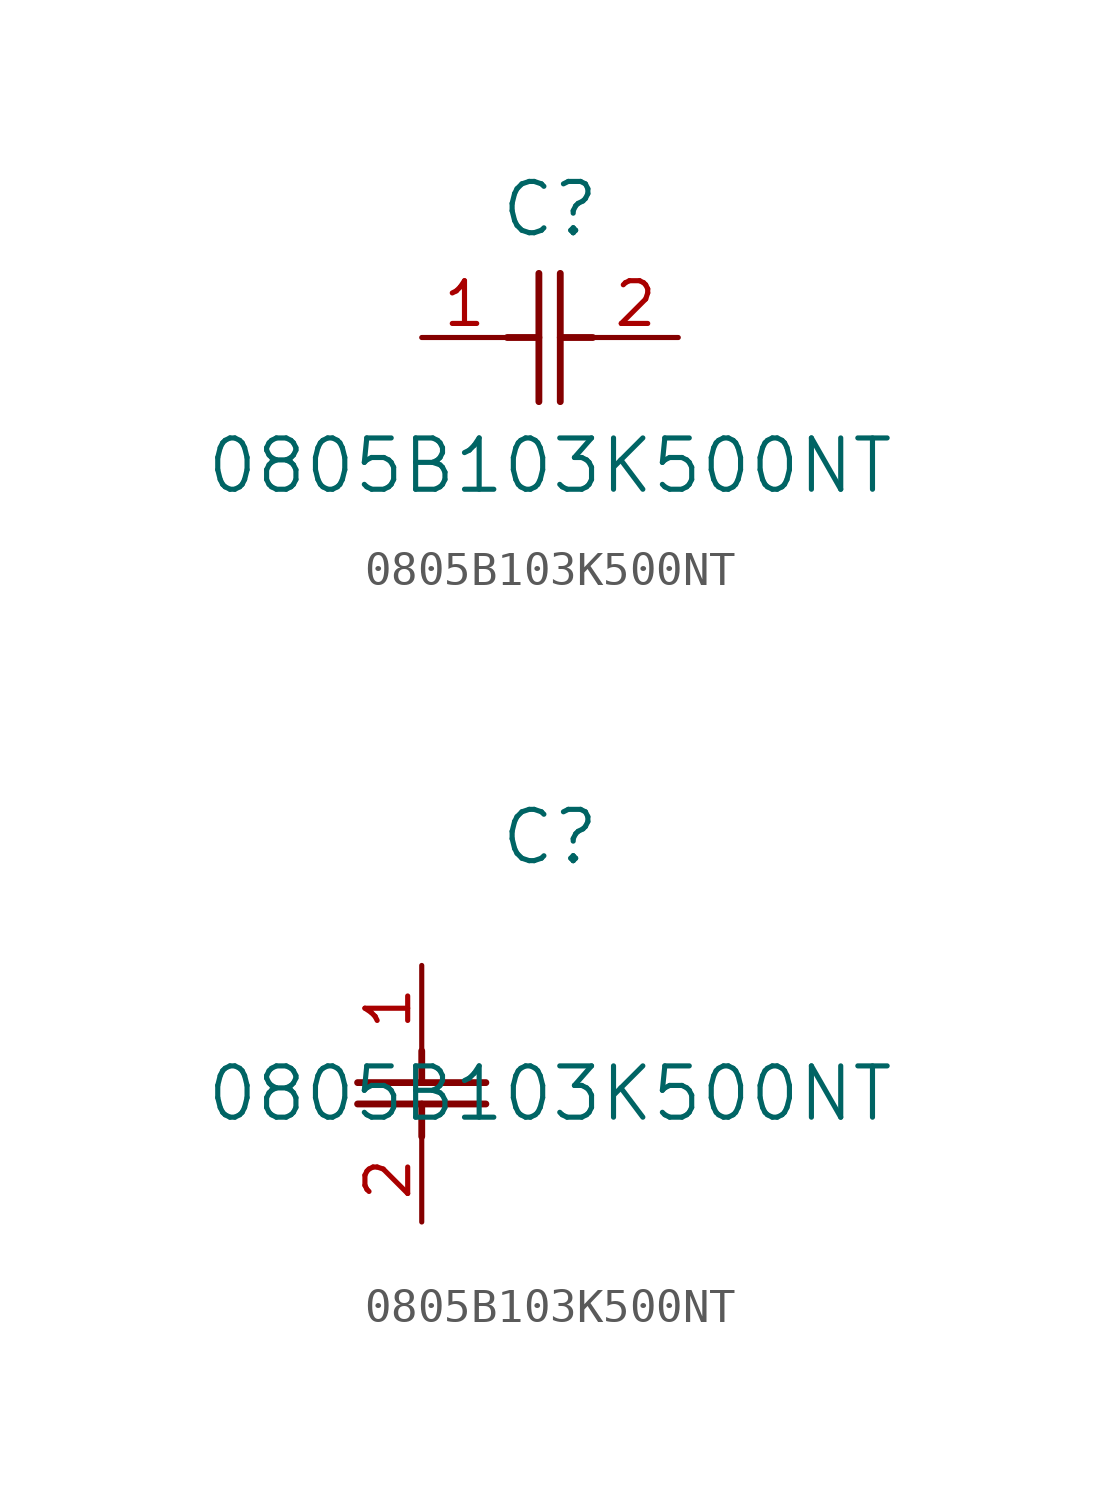
<source format=kicad_sym>
(kicad_symbol_lib
  (version 20211014)
  (generator kicad_symbol_editor)
  (symbol "0805B103K500NT"
    (pin_names
      (offset 0.254))
    (property "Reference" "C"
      (at 3.81 3.81 0)
      (effects (font (size 1.524 1.524))))
    (property "Value" "0805B103K500NT"
      (at 3.81 -3.81 0)
      (effects (font (size 1.524 1.524))))
    (symbol "0805B103K500NT_1_1"
      (polyline (pts (xy 3.48 -1.905) (xy 3.48 1.905)) (stroke (width 0.203) (type default) (color 0 0 0 0)) (fill (type none)))
      (polyline (pts (xy 4.115 -1.905) (xy 4.115 1.905)) (stroke (width 0.203) (type default) (color 0 0 0 0)) (fill (type none)))
      (polyline (pts (xy 4.115 0) (xy 5.08 0)) (stroke (width 0.203) (type default) (color 0 0 0 0)) (fill (type none)))
      (polyline (pts (xy 2.54 0) (xy 3.48 0)) (stroke (width 0.203) (type default) (color 0 0 0 0)) (fill (type none)))
      (pin unspecified line (at 0 0 0) (length 2.54) (name "" (effects (font (size 1.27 1.27)))) (number "1" (effects (font (size 1.27 1.27)))))
      (pin unspecified line (at 7.62 0 180) (length 2.54) (name "" (effects (font (size 1.27 1.27)))) (number "2" (effects (font (size 1.27 1.27))))))
    (symbol "0805B103K500NT_1_2"
      (polyline (pts (xy -1.905 -3.48) (xy 1.905 -3.48)) (stroke (width 0.203) (type default) (color 0 0 0 0)) (fill (type none)))
      (polyline (pts (xy -1.905 -4.115) (xy 1.905 -4.115)) (stroke (width 0.203) (type default) (color 0 0 0 0)) (fill (type none)))
      (polyline (pts (xy 0 -4.115) (xy 0 -5.08)) (stroke (width 0.203) (type default) (color 0 0 0 0)) (fill (type none)))
      (polyline (pts (xy 0 -2.54) (xy 0 -3.48)) (stroke (width 0.203) (type default) (color 0 0 0 0)) (fill (type none)))
      (pin unspecified line (at 0 0 270) (length 2.54) (name "" (effects (font (size 1.27 1.27)))) (number "1" (effects (font (size 1.27 1.27)))))
      (pin unspecified line (at 0 -7.62 90) (length 2.54) (name "" (effects (font (size 1.27 1.27)))) (number "2" (effects (font (size 1.27 1.27))))))))
</source>
